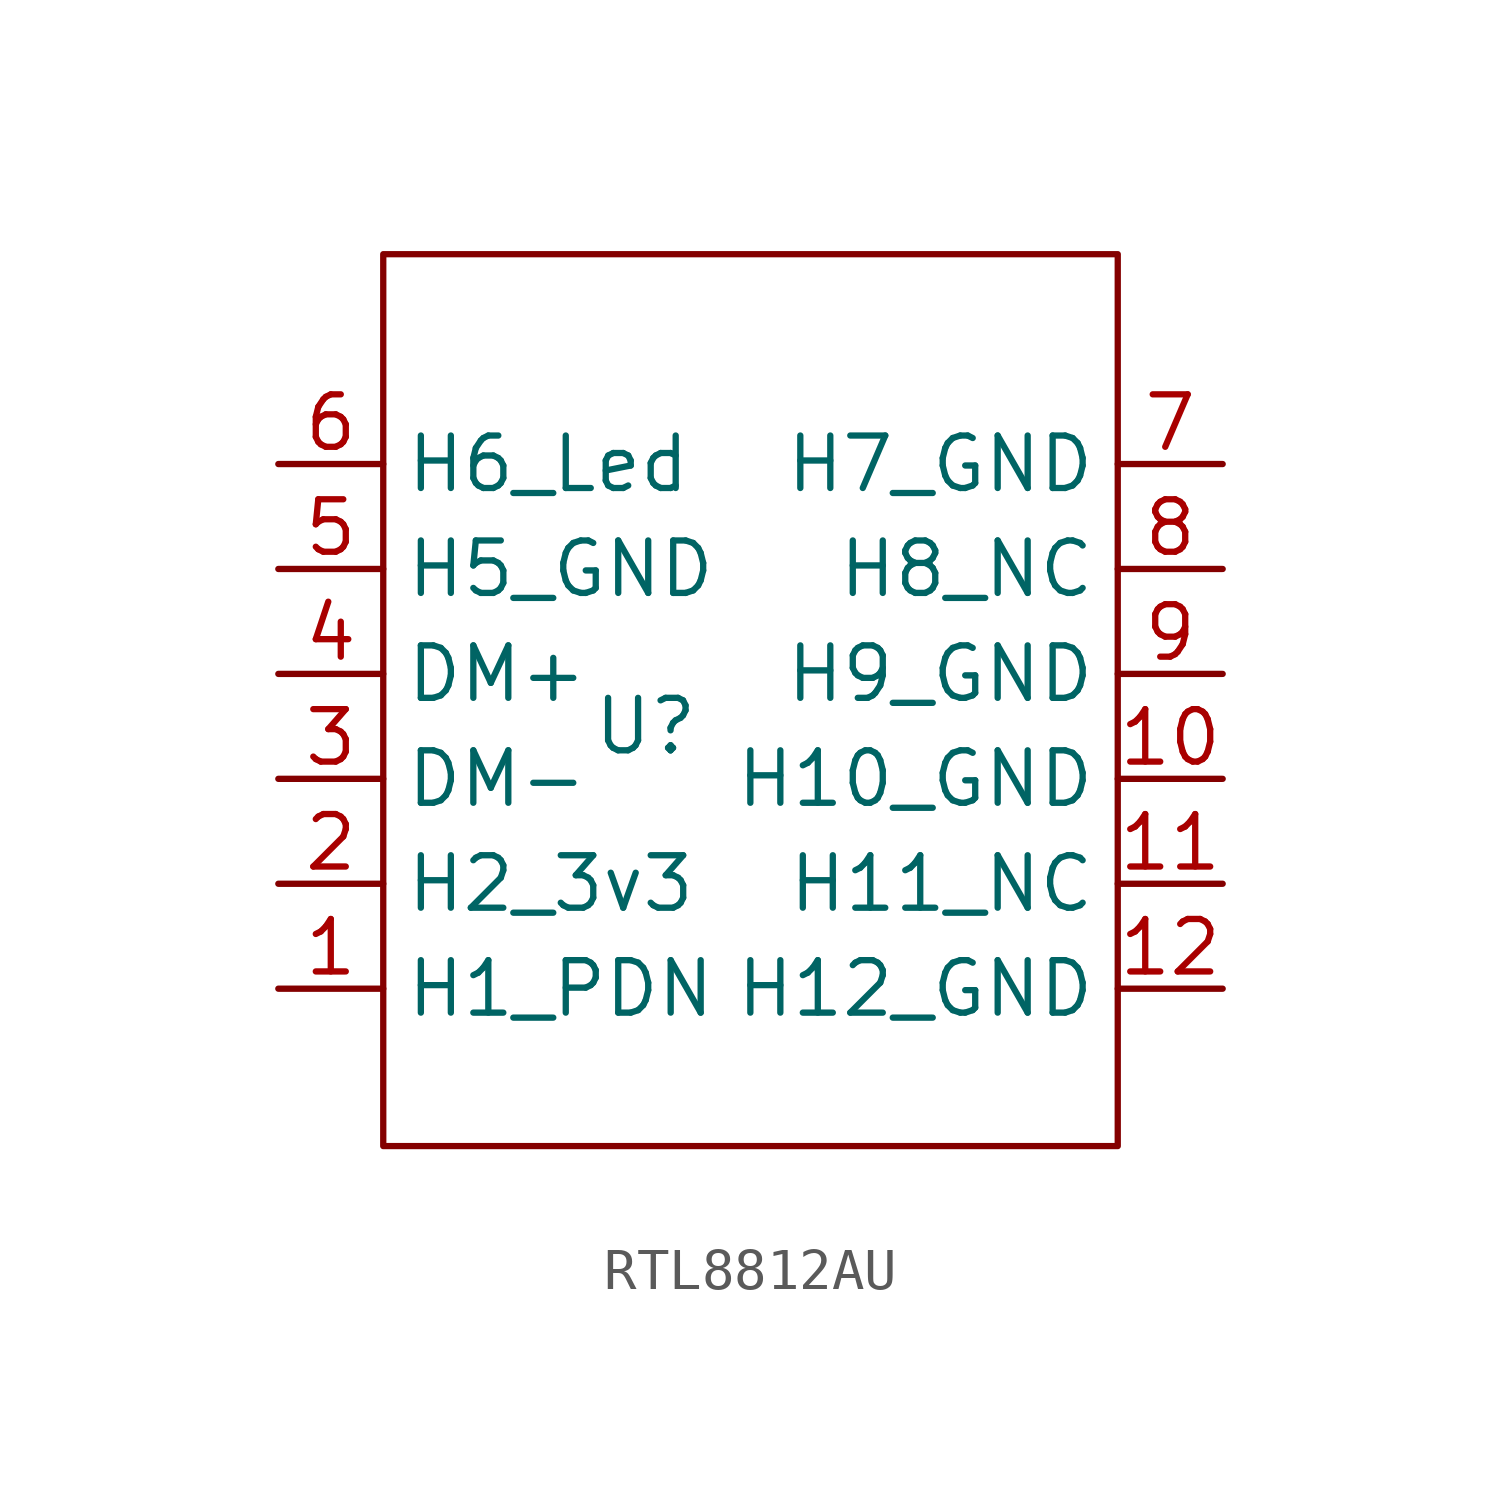
<source format=kicad_sym>
(kicad_symbol_lib
  (version 20231120)
  (generator "kicad_symbol_editor")
  (generator_version "8.0")
  (symbol "RTL8812AU"
    (property "Reference" "U"
      (at -2.54 0 0)
      (effects (font (size 1.27 1.27))))
    (property "Value" ""
      (at -2.54 0 0)
      (effects (font (size 1.27 1.27))))
    (symbol "RTL8812AU_0_1"
      (rectangle (start -8.89 11.43) (end 8.89 -10.16) (stroke (width 0) (type default)) (fill (type none))))
    (symbol "RTL8812AU_1_1"
      (pin input line (at -11.43 -6.35 0) (length 2.54) (name "H1_PDN" (effects (font (size 1.27 1.27)))) (number "1" (effects (font (size 1.27 1.27)))))
      (pin input line (at 11.43 -1.27 180) (length 2.54) (name "H10_GND" (effects (font (size 1.27 1.27)))) (number "10" (effects (font (size 1.27 1.27)))))
      (pin input line (at 11.43 -3.81 180) (length 2.54) (name "H11_NC" (effects (font (size 1.27 1.27)))) (number "11" (effects (font (size 1.27 1.27)))))
      (pin input line (at 11.43 -6.35 180) (length 2.54) (name "H12_GND" (effects (font (size 1.27 1.27)))) (number "12" (effects (font (size 1.27 1.27)))))
      (pin input line (at -11.43 -3.81 0) (length 2.54) (name "H2_3v3" (effects (font (size 1.27 1.27)))) (number "2" (effects (font (size 1.27 1.27)))))
      (pin input line (at -11.43 -1.27 0) (length 2.54) (name "DM-" (effects (font (size 1.27 1.27)))) (number "3" (effects (font (size 1.27 1.27)))))
      (pin input line (at -11.43 1.27 0) (length 2.54) (name "DM+" (effects (font (size 1.27 1.27)))) (number "4" (effects (font (size 1.27 1.27)))))
      (pin input line (at -11.43 3.81 0) (length 2.54) (name "H5_GND" (effects (font (size 1.27 1.27)))) (number "5" (effects (font (size 1.27 1.27)))))
      (pin input line (at -11.43 6.35 0) (length 2.54) (name "H6_Led" (effects (font (size 1.27 1.27)))) (number "6" (effects (font (size 1.27 1.27)))))
      (pin input line (at 11.43 6.35 180) (length 2.54) (name "H7_GND" (effects (font (size 1.27 1.27)))) (number "7" (effects (font (size 1.27 1.27)))))
      (pin input line (at 11.43 3.81 180) (length 2.54) (name "H8_NC" (effects (font (size 1.27 1.27)))) (number "8" (effects (font (size 1.27 1.27)))))
      (pin input line (at 11.43 1.27 180) (length 2.54) (name "H9_GND" (effects (font (size 1.27 1.27)))) (number "9" (effects (font (size 1.27 1.27))))))))
</source>
